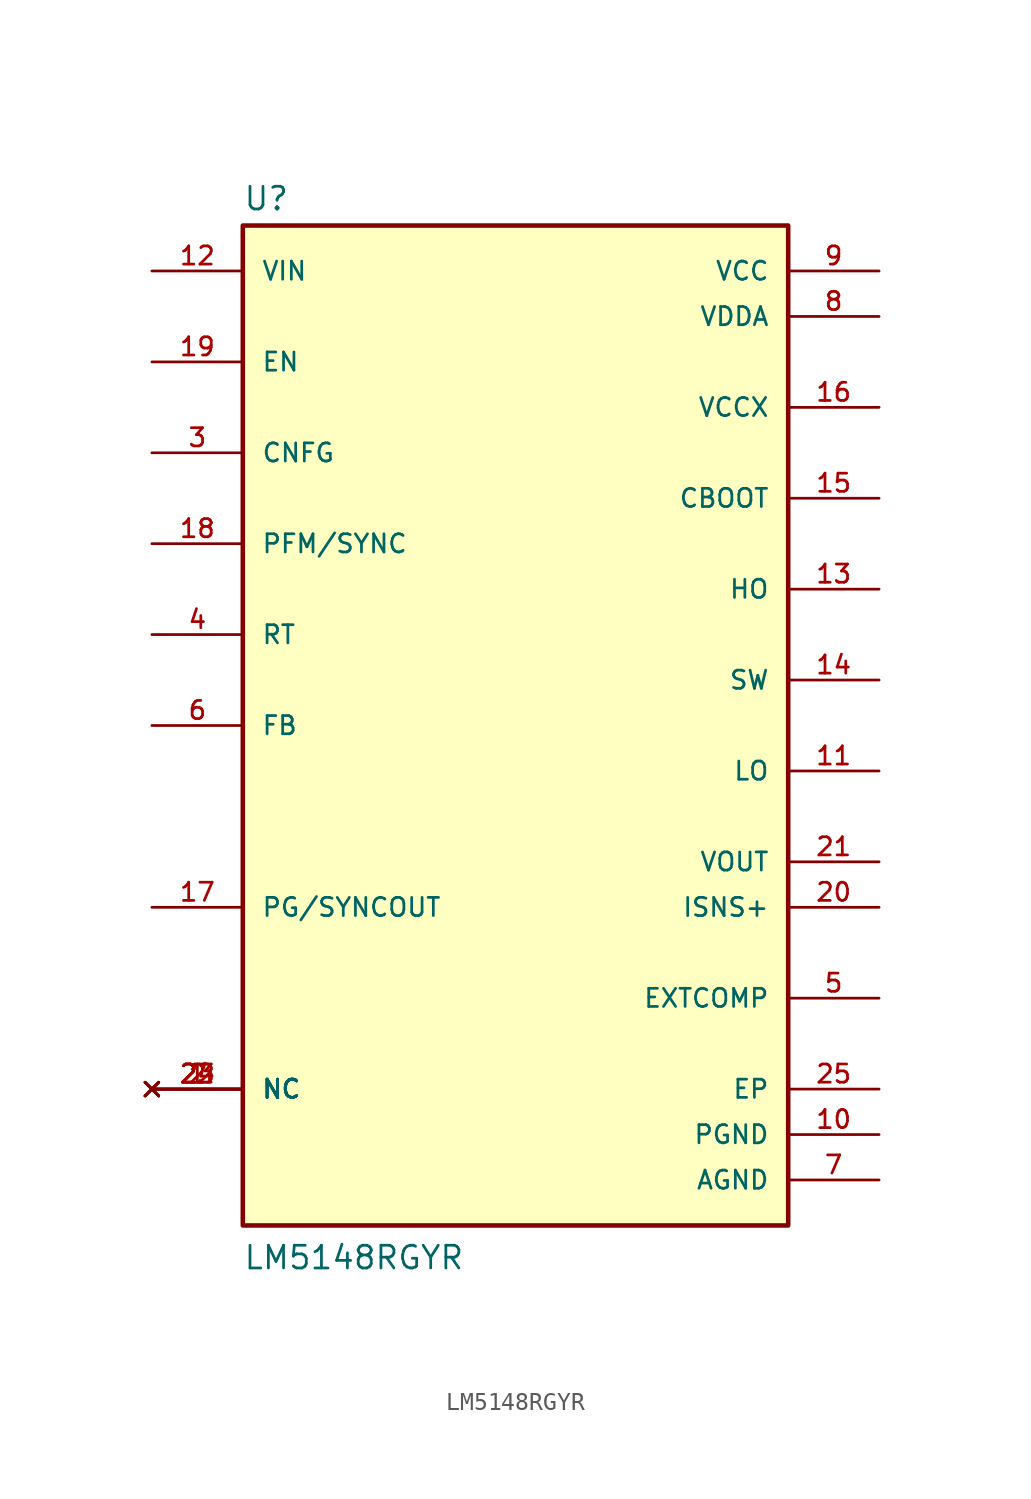
<source format=kicad_sym>
(kicad_symbol_lib
  (version 20211014)
  (generator kicad_symbol_editor)
  (symbol "LM5148RGYR"
    (pin_names
      (offset 1.016))
    (property "Reference" "U"
      (at -15.24 28.702 0)
      (effects (font (size 1.27 1.27)) (justify bottom left)))
    (property "Value" "LM5148RGYR"
      (at -15.24 -30.48 0)
      (effects (font (size 1.27 1.27)) (justify bottom left)))
    (symbol "LM5148RGYR_0_0"
      (rectangle (start -15.24 -27.94) (end 15.24 27.94) (stroke (width 0.254)) (fill (type background)))
      (pin no_connect line (at -20.32 -20.32 0) (length 5.08) (name "NC" (effects (font (size 1.016 1.016)))) (number "1" (effects (font (size 1.016 1.016)))))
      (pin no_connect line (at -20.32 -20.32 0) (length 5.08) (name "NC" (effects (font (size 1.016 1.016)))) (number "2" (effects (font (size 1.016 1.016)))))
      (pin no_connect line (at -20.32 -20.32 0) (length 5.08) (name "NC" (effects (font (size 1.016 1.016)))) (number "22" (effects (font (size 1.016 1.016)))))
      (pin no_connect line (at -20.32 -20.32 0) (length 5.08) (name "NC" (effects (font (size 1.016 1.016)))) (number "23" (effects (font (size 1.016 1.016)))))
      (pin no_connect line (at -20.32 -20.32 0) (length 5.08) (name "NC" (effects (font (size 1.016 1.016)))) (number "24" (effects (font (size 1.016 1.016)))))
      (pin input line (at -20.32 15.24 0) (length 5.08) (name "CNFG" (effects (font (size 1.016 1.016)))) (number "3" (effects (font (size 1.016 1.016)))))
      (pin input line (at -20.32 5.08 0) (length 5.08) (name "RT" (effects (font (size 1.016 1.016)))) (number "4" (effects (font (size 1.016 1.016)))))
      (pin input line (at -20.32 0.0 0) (length 5.08) (name "FB" (effects (font (size 1.016 1.016)))) (number "6" (effects (font (size 1.016 1.016)))))
      (pin output line (at 20.32 -15.24 180.0) (length 5.08) (name "EXTCOMP" (effects (font (size 1.016 1.016)))) (number "5" (effects (font (size 1.016 1.016)))))
      (pin power_in line (at 20.32 22.86 180.0) (length 5.08) (name "VDDA" (effects (font (size 1.016 1.016)))) (number "8" (effects (font (size 1.016 1.016)))))
      (pin power_in line (at 20.32 -25.4 180.0) (length 5.08) (name "AGND" (effects (font (size 1.016 1.016)))) (number "7" (effects (font (size 1.016 1.016)))))
      (pin power_in line (at 20.32 25.4 180.0) (length 5.08) (name "VCC" (effects (font (size 1.016 1.016)))) (number "9" (effects (font (size 1.016 1.016)))))
      (pin power_in line (at 20.32 -22.86 180.0) (length 5.08) (name "PGND" (effects (font (size 1.016 1.016)))) (number "10" (effects (font (size 1.016 1.016)))))
      (pin output line (at 20.32 -2.54 180.0) (length 5.08) (name "LO" (effects (font (size 1.016 1.016)))) (number "11" (effects (font (size 1.016 1.016)))))
      (pin input line (at -20.32 25.4 0) (length 5.08) (name "VIN" (effects (font (size 1.016 1.016)))) (number "12" (effects (font (size 1.016 1.016)))))
      (pin output line (at 20.32 7.62 180.0) (length 5.08) (name "HO" (effects (font (size 1.016 1.016)))) (number "13" (effects (font (size 1.016 1.016)))))
      (pin passive line (at 20.32 2.54 180.0) (length 5.08) (name "SW" (effects (font (size 1.016 1.016)))) (number "14" (effects (font (size 1.016 1.016)))))
      (pin passive line (at 20.32 17.78 180.0) (length 5.08) (name "VCCX" (effects (font (size 1.016 1.016)))) (number "16" (effects (font (size 1.016 1.016)))))
      (pin passive line (at 20.32 12.7 180.0) (length 5.08) (name "CBOOT" (effects (font (size 1.016 1.016)))) (number "15" (effects (font (size 1.016 1.016)))))
      (pin input line (at -20.32 10.16 0) (length 5.08) (name "PFM/SYNC" (effects (font (size 1.016 1.016)))) (number "18" (effects (font (size 1.016 1.016)))))
      (pin output line (at -20.32 -10.16 0) (length 5.08) (name "PG/SYNCOUT" (effects (font (size 1.016 1.016)))) (number "17" (effects (font (size 1.016 1.016)))))
      (pin input line (at -20.32 20.32 0) (length 5.08) (name "EN" (effects (font (size 1.016 1.016)))) (number "19" (effects (font (size 1.016 1.016)))))
      (pin input line (at 20.32 -10.16 180.0) (length 5.08) (name "ISNS+" (effects (font (size 1.016 1.016)))) (number "20" (effects (font (size 1.016 1.016)))))
      (pin input line (at 20.32 -7.62 180.0) (length 5.08) (name "VOUT" (effects (font (size 1.016 1.016)))) (number "21" (effects (font (size 1.016 1.016)))))
      (pin power_in line (at 20.32 -20.32 180.0) (length 5.08) (name "EP" (effects (font (size 1.016 1.016)))) (number "25" (effects (font (size 1.016 1.016))))))))
</source>
